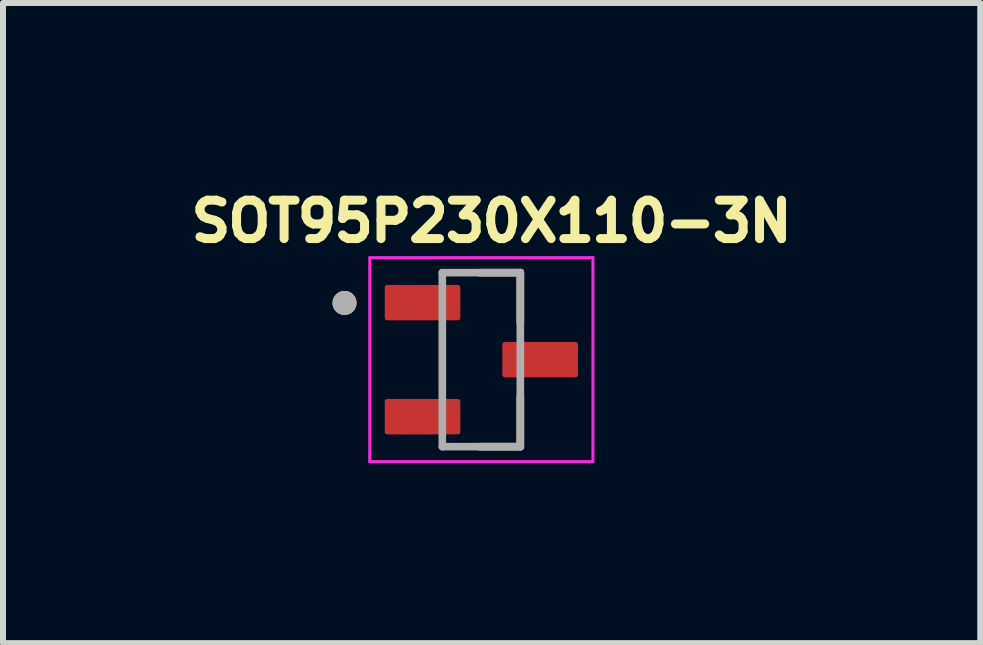
<source format=kicad_pcb>
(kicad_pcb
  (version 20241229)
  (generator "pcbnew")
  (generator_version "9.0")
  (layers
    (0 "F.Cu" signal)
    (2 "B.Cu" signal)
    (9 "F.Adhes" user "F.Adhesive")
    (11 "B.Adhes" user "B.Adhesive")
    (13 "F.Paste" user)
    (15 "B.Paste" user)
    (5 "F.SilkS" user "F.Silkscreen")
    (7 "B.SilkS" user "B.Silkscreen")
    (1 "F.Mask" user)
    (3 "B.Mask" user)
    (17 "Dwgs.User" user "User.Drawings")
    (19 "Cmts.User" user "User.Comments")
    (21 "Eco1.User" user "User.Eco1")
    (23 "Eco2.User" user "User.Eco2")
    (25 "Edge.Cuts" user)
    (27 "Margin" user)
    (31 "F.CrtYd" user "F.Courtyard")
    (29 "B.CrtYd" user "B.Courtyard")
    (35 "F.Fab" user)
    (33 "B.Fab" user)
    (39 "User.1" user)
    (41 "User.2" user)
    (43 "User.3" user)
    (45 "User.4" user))
  (footprint "SOT95P230X110-3N"
    (layer "F.Cu")
    (at 4.972 2.944)
    (property "Reference" "SOT95P230X110-3N" (at 0.172 -2.306 0) (layer "F.SilkS") (effects (font (size 0.64 0.64) (thickness 0.15))))
    (attr smd)
    (fp_line (start -0.03 1.45) (end 0.65 1.45) (stroke (width 0.127) (type solid)) (layer "F.SilkS"))
    (fp_line (start 0.65 -1.45) (end -0.03 -1.45) (stroke (width 0.127) (type solid)) (layer "F.SilkS"))
    (fp_line (start 0.65 -0.615) (end 0.65 -1.45) (stroke (width 0.127) (type solid)) (layer "F.SilkS"))
    (fp_line (start 0.65 1.45) (end 0.65 0.615) (stroke (width 0.127) (type solid)) (layer "F.SilkS"))
    (fp_circle (center -2.28 -0.945) (end -2.18 -0.945) (stroke (width 0.2) (type solid)) (fill no) (layer "F.SilkS"))
    (fp_line (start -1.86 -1.7) (end -1.86 1.7) (stroke (width 0.05) (type solid)) (layer "F.CrtYd"))
    (fp_line (start -1.86 1.7) (end 1.86 1.7) (stroke (width 0.05) (type solid)) (layer "F.CrtYd"))
    (fp_line (start 1.86 -1.7) (end -1.86 -1.7) (stroke (width 0.05) (type solid)) (layer "F.CrtYd"))
    (fp_line (start 1.86 1.7) (end 1.86 -1.7) (stroke (width 0.05) (type solid)) (layer "F.CrtYd"))
    (fp_line (start -0.65 -1.45) (end -0.65 1.45) (stroke (width 0.127) (type solid)) (layer "F.Fab"))
    (fp_line (start -0.65 1.45) (end 0.65 1.45) (stroke (width 0.127) (type solid)) (layer "F.Fab"))
    (fp_line (start 0.65 -1.45) (end -0.65 -1.45) (stroke (width 0.127) (type solid)) (layer "F.Fab"))
    (fp_line (start 0.65 1.45) (end 0.65 -1.45) (stroke (width 0.127) (type solid)) (layer "F.Fab"))
    (fp_circle (center -2.28 -0.945) (end -2.18 -0.945) (stroke (width 0.2) (type solid)) (fill no) (layer "F.Fab"))
    (pad "1" smd roundrect (at -0.98 -0.95) (size 1.26 0.59) (layers "F.Cu" "F.Mask" "F.Paste") (roundrect_rratio 0.07))
    (pad "2" smd roundrect (at -0.98 0.95) (size 1.26 0.59) (layers "F.Cu" "F.Mask" "F.Paste") (roundrect_rratio 0.07))
    (pad "3" smd roundrect (at 0.98 0) (size 1.26 0.59) (layers "F.Cu" "F.Mask" "F.Paste") (roundrect_rratio 0.07)))
  (gr_rect
    (start -3 -3)
    (end 13.288 7.669)
    (stroke (width 0.1) (type default))
    (fill no)
    (layer "Edge.Cuts")))
</source>
